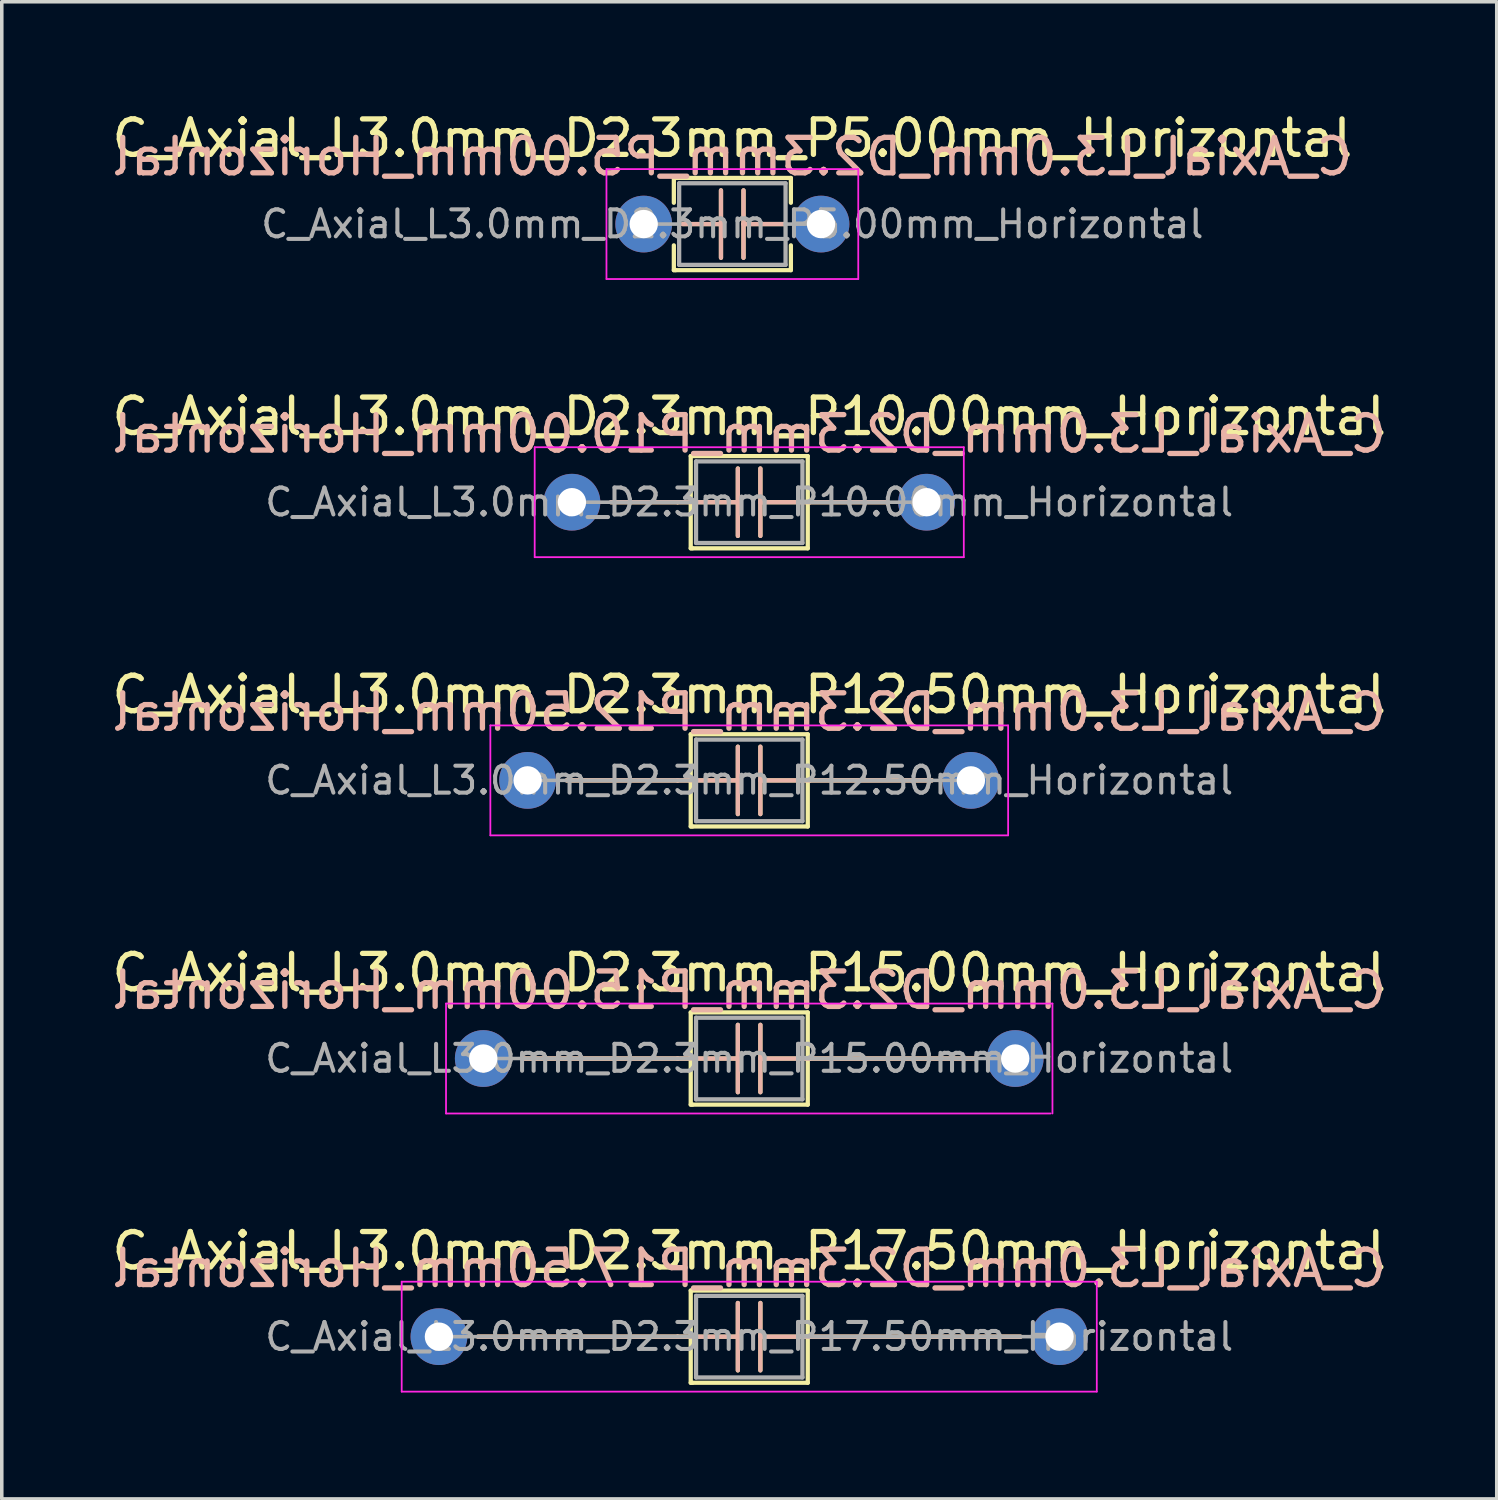
<source format=kicad_pcb>
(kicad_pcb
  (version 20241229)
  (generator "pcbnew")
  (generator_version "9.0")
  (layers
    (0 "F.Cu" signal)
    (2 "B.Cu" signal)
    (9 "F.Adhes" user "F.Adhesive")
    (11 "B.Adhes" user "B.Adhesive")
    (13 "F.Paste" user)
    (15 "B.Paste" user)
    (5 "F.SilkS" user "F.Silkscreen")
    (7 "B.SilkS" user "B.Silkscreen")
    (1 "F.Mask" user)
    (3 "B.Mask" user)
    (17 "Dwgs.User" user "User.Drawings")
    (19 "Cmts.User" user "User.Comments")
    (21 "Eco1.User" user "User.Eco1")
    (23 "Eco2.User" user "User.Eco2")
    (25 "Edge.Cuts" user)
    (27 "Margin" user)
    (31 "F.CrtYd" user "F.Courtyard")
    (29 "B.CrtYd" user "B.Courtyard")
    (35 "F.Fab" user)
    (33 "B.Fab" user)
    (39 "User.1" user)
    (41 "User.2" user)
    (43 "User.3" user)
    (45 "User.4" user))
  (footprint "C_Axial_L3.0mm_D2.3mm_P10.00mm_Horizontal"
    (layer "F.Cu")
    (at 13.077 11.111)
    (property "Reference" "C_Axial_L3.0mm_D2.3mm_P10.00mm_Horizontal" (at 5 -2.42 0) (layer "F.SilkS") (effects (font (size 1 1) (thickness 0.15))))
    (fp_line (start 1.1 0) (end 2.98 0) (stroke (width 0.12) (type solid)) (layer "F.SilkS"))
    (fp_line (start 2.98 0) (end 4.679 0) (stroke (width 0.12) (type solid)) (layer "F.SilkS"))
    (fp_line (start 3.35 -1.3) (end 6.65 -1.3) (stroke (width 0.12) (type solid)) (layer "F.SilkS"))
    (fp_line (start 3.35 1.3) (end 3.35 -1.3) (stroke (width 0.12) (type solid)) (layer "F.SilkS"))
    (fp_line (start 3.4 1.3) (end 3.35 1.3) (stroke (width 0.12) (type solid)) (layer "F.SilkS"))
    (fp_line (start 4.679 0) (end 4.679 -0.95) (stroke (width 0.12) (type solid)) (layer "F.SilkS"))
    (fp_line (start 4.679 0) (end 4.679 0.95) (stroke (width 0.12) (type solid)) (layer "F.SilkS"))
    (fp_line (start 5.314 0) (end 5.314 -0.95) (stroke (width 0.12) (type solid)) (layer "F.SilkS"))
    (fp_line (start 5.314 0) (end 5.314 0.95) (stroke (width 0.12) (type solid)) (layer "F.SilkS"))
    (fp_line (start 6.65 -1.3) (end 6.65 0) (stroke (width 0.12) (type solid)) (layer "F.SilkS"))
    (fp_line (start 6.65 0) (end 6.65 1.3) (stroke (width 0.12) (type solid)) (layer "F.SilkS"))
    (fp_line (start 6.65 1.3) (end 3.4 1.3) (stroke (width 0.12) (type solid)) (layer "F.SilkS"))
    (fp_line (start 6.711 0) (end 5.314 0) (stroke (width 0.12) (type solid)) (layer "F.SilkS"))
    (fp_line (start 8.9 0) (end 6.711 0) (stroke (width 0.12) (type solid)) (layer "F.SilkS"))
    (fp_line (start 1.1 0) (end 2.98 0) (stroke (width 0.12) (type solid)) (layer "B.SilkS"))
    (fp_line (start 2.98 0) (end 4.679 0) (stroke (width 0.12) (type solid)) (layer "B.SilkS"))
    (fp_line (start 4.679 0) (end 4.679 -0.95) (stroke (width 0.12) (type solid)) (layer "B.SilkS"))
    (fp_line (start 4.679 0) (end 4.679 0.95) (stroke (width 0.12) (type solid)) (layer "B.SilkS"))
    (fp_line (start 5.314 0) (end 5.314 -0.95) (stroke (width 0.12) (type solid)) (layer "B.SilkS"))
    (fp_line (start 5.314 0) (end 5.314 0.95) (stroke (width 0.12) (type solid)) (layer "B.SilkS"))
    (fp_line (start 6.711 0) (end 5.314 0) (stroke (width 0.12) (type solid)) (layer "B.SilkS"))
    (fp_line (start 8.9 0) (end 6.711 0) (stroke (width 0.12) (type solid)) (layer "B.SilkS"))
    (fp_line (start -1.05 -1.55) (end -1.05 1.55) (stroke (width 0.05) (type solid)) (layer "F.CrtYd"))
    (fp_line (start -1.05 1.55) (end 11.05 1.55) (stroke (width 0.05) (type solid)) (layer "F.CrtYd"))
    (fp_line (start 11.05 -1.55) (end -1.05 -1.55) (stroke (width 0.05) (type solid)) (layer "F.CrtYd"))
    (fp_line (start 11.05 1.55) (end 11.05 -1.55) (stroke (width 0.05) (type solid)) (layer "F.CrtYd"))
    (fp_line (start 0 0) (end 3.5 0) (stroke (width 0.1) (type solid)) (layer "F.Fab"))
    (fp_line (start 3.5 -1.15) (end 6.5 -1.15) (stroke (width 0.12) (type solid)) (layer "F.Fab"))
    (fp_line (start 3.5 0) (end 3.5 -1.15) (stroke (width 0.12) (type solid)) (layer "F.Fab"))
    (fp_line (start 3.5 1.15) (end 3.5 0) (stroke (width 0.12) (type solid)) (layer "F.Fab"))
    (fp_line (start 6.5 -1.15) (end 6.5 0) (stroke (width 0.12) (type solid)) (layer "F.Fab"))
    (fp_line (start 6.5 0) (end 6.5 1.15) (stroke (width 0.12) (type solid)) (layer "F.Fab"))
    (fp_line (start 6.5 1.15) (end 3.5 1.15) (stroke (width 0.12) (type solid)) (layer "F.Fab"))
    (fp_line (start 10 0) (end 6.5 0) (stroke (width 0.1) (type solid)) (layer "F.Fab"))
    (fp_text user "${REFERENCE}" (at 5 -1.925 0) (layer "B.SilkS") (effects (font (size 1 1) (thickness 0.15)) (justify mirror)))
    (fp_text user "${REFERENCE}" (at 5 0 0) (layer "F.Fab") (effects (font (size 0.76 0.76) (thickness 0.114))))
    (pad "1" thru_hole circle (at 0 0) (size 1.6 1.6) (drill 0.8) (layers "*.Cu" "*.Mask"))
    (pad "2" thru_hole oval (at 10 0) (size 1.6 1.6) (drill 0.8) (layers "*.Cu" "*.Mask")))
  (footprint "C_Axial_L3.0mm_D2.3mm_P12.50mm_Horizontal"
    (layer "F.Cu")
    (at 11.827 18.955)
    (property "Reference" "C_Axial_L3.0mm_D2.3mm_P12.50mm_Horizontal" (at 6.25 -2.42 0) (layer "F.SilkS") (effects (font (size 1 1) (thickness 0.15))))
    (fp_line (start 1.1 0) (end 4.23 0) (stroke (width 0.12) (type solid)) (layer "F.SilkS"))
    (fp_line (start 4.23 0) (end 5.929 0) (stroke (width 0.12) (type solid)) (layer "F.SilkS"))
    (fp_line (start 4.6 -1.3) (end 7.9 -1.3) (stroke (width 0.12) (type solid)) (layer "F.SilkS"))
    (fp_line (start 4.6 1.3) (end 4.6 -1.3) (stroke (width 0.12) (type solid)) (layer "F.SilkS"))
    (fp_line (start 4.65 1.3) (end 4.6 1.3) (stroke (width 0.12) (type solid)) (layer "F.SilkS"))
    (fp_line (start 5.929 0) (end 5.929 -0.95) (stroke (width 0.12) (type solid)) (layer "F.SilkS"))
    (fp_line (start 5.929 0) (end 5.929 0.95) (stroke (width 0.12) (type solid)) (layer "F.SilkS"))
    (fp_line (start 6.564 0) (end 6.564 -0.95) (stroke (width 0.12) (type solid)) (layer "F.SilkS"))
    (fp_line (start 6.564 0) (end 6.564 0.95) (stroke (width 0.12) (type solid)) (layer "F.SilkS"))
    (fp_line (start 7.9 -1.3) (end 7.9 0) (stroke (width 0.12) (type solid)) (layer "F.SilkS"))
    (fp_line (start 7.9 0) (end 7.9 1.3) (stroke (width 0.12) (type solid)) (layer "F.SilkS"))
    (fp_line (start 7.9 1.3) (end 4.65 1.3) (stroke (width 0.12) (type solid)) (layer "F.SilkS"))
    (fp_line (start 7.961 0) (end 6.564 0) (stroke (width 0.12) (type solid)) (layer "F.SilkS"))
    (fp_line (start 11.4 0) (end 7.961 0) (stroke (width 0.12) (type solid)) (layer "F.SilkS"))
    (fp_line (start 1.1 0) (end 4.23 0) (stroke (width 0.12) (type solid)) (layer "B.SilkS"))
    (fp_line (start 4.23 0) (end 5.929 0) (stroke (width 0.12) (type solid)) (layer "B.SilkS"))
    (fp_line (start 5.929 0) (end 5.929 -0.95) (stroke (width 0.12) (type solid)) (layer "B.SilkS"))
    (fp_line (start 5.929 0) (end 5.929 0.95) (stroke (width 0.12) (type solid)) (layer "B.SilkS"))
    (fp_line (start 6.564 0) (end 6.564 -0.95) (stroke (width 0.12) (type solid)) (layer "B.SilkS"))
    (fp_line (start 6.564 0) (end 6.564 0.95) (stroke (width 0.12) (type solid)) (layer "B.SilkS"))
    (fp_line (start 7.961 0) (end 6.564 0) (stroke (width 0.12) (type solid)) (layer "B.SilkS"))
    (fp_line (start 11.4 0) (end 7.961 0) (stroke (width 0.12) (type solid)) (layer "B.SilkS"))
    (fp_line (start -1.05 -1.55) (end -1.05 1.55) (stroke (width 0.05) (type solid)) (layer "F.CrtYd"))
    (fp_line (start -1.05 1.55) (end 13.55 1.55) (stroke (width 0.05) (type solid)) (layer "F.CrtYd"))
    (fp_line (start 13.55 -1.55) (end -1.05 -1.55) (stroke (width 0.05) (type solid)) (layer "F.CrtYd"))
    (fp_line (start 13.55 1.55) (end 13.55 -1.55) (stroke (width 0.05) (type solid)) (layer "F.CrtYd"))
    (fp_line (start 0 0) (end 4.75 0) (stroke (width 0.1) (type solid)) (layer "F.Fab"))
    (fp_line (start 4.75 -1.15) (end 7.75 -1.15) (stroke (width 0.12) (type solid)) (layer "F.Fab"))
    (fp_line (start 4.75 0) (end 4.75 -1.15) (stroke (width 0.12) (type solid)) (layer "F.Fab"))
    (fp_line (start 4.75 1.15) (end 4.75 0) (stroke (width 0.12) (type solid)) (layer "F.Fab"))
    (fp_line (start 7.75 -1.15) (end 7.75 0) (stroke (width 0.12) (type solid)) (layer "F.Fab"))
    (fp_line (start 7.75 0) (end 7.75 1.15) (stroke (width 0.12) (type solid)) (layer "F.Fab"))
    (fp_line (start 7.75 1.15) (end 4.75 1.15) (stroke (width 0.12) (type solid)) (layer "F.Fab"))
    (fp_line (start 12.5 0) (end 7.75 0) (stroke (width 0.1) (type solid)) (layer "F.Fab"))
    (fp_text user "${REFERENCE}" (at 6.25 -1.925 0) (layer "B.SilkS") (effects (font (size 1 1) (thickness 0.15)) (justify mirror)))
    (fp_text user "${REFERENCE}" (at 6.25 0 0) (layer "F.Fab") (effects (font (size 0.76 0.76) (thickness 0.114))))
    (pad "1" thru_hole circle (at 0 0) (size 1.6 1.6) (drill 0.8) (layers "*.Cu" "*.Mask"))
    (pad "2" thru_hole oval (at 12.5 0) (size 1.6 1.6) (drill 0.8) (layers "*.Cu" "*.Mask")))
  (footprint "C_Axial_L3.0mm_D2.3mm_P15.00mm_Horizontal"
    (layer "F.Cu")
    (at 10.577 26.798)
    (property "Reference" "C_Axial_L3.0mm_D2.3mm_P15.00mm_Horizontal" (at 7.5 -2.42 0) (layer "F.SilkS") (effects (font (size 1 1) (thickness 0.15))))
    (fp_line (start 1.1 0) (end 5.48 0) (stroke (width 0.12) (type solid)) (layer "F.SilkS"))
    (fp_line (start 5.48 0) (end 7.179 0) (stroke (width 0.12) (type solid)) (layer "F.SilkS"))
    (fp_line (start 5.85 -1.3) (end 9.15 -1.3) (stroke (width 0.12) (type solid)) (layer "F.SilkS"))
    (fp_line (start 5.85 1.3) (end 5.85 -1.3) (stroke (width 0.12) (type solid)) (layer "F.SilkS"))
    (fp_line (start 5.9 1.3) (end 5.85 1.3) (stroke (width 0.12) (type solid)) (layer "F.SilkS"))
    (fp_line (start 7.179 0) (end 7.179 -0.95) (stroke (width 0.12) (type solid)) (layer "F.SilkS"))
    (fp_line (start 7.179 0) (end 7.179 0.95) (stroke (width 0.12) (type solid)) (layer "F.SilkS"))
    (fp_line (start 7.814 0) (end 7.814 -0.95) (stroke (width 0.12) (type solid)) (layer "F.SilkS"))
    (fp_line (start 7.814 0) (end 7.814 0.95) (stroke (width 0.12) (type solid)) (layer "F.SilkS"))
    (fp_line (start 9.15 -1.3) (end 9.15 0) (stroke (width 0.12) (type solid)) (layer "F.SilkS"))
    (fp_line (start 9.15 0) (end 9.15 1.3) (stroke (width 0.12) (type solid)) (layer "F.SilkS"))
    (fp_line (start 9.15 1.3) (end 5.9 1.3) (stroke (width 0.12) (type solid)) (layer "F.SilkS"))
    (fp_line (start 9.211 0) (end 7.814 0) (stroke (width 0.12) (type solid)) (layer "F.SilkS"))
    (fp_line (start 13.9 0) (end 9.211 0) (stroke (width 0.12) (type solid)) (layer "F.SilkS"))
    (fp_line (start 1.1 0) (end 5.48 0) (stroke (width 0.12) (type solid)) (layer "B.SilkS"))
    (fp_line (start 5.48 0) (end 7.179 0) (stroke (width 0.12) (type solid)) (layer "B.SilkS"))
    (fp_line (start 7.179 0) (end 7.179 -0.95) (stroke (width 0.12) (type solid)) (layer "B.SilkS"))
    (fp_line (start 7.179 0) (end 7.179 0.95) (stroke (width 0.12) (type solid)) (layer "B.SilkS"))
    (fp_line (start 7.814 0) (end 7.814 -0.95) (stroke (width 0.12) (type solid)) (layer "B.SilkS"))
    (fp_line (start 7.814 0) (end 7.814 0.95) (stroke (width 0.12) (type solid)) (layer "B.SilkS"))
    (fp_line (start 9.211 0) (end 7.814 0) (stroke (width 0.12) (type solid)) (layer "B.SilkS"))
    (fp_line (start 13.9 0) (end 9.211 0) (stroke (width 0.12) (type solid)) (layer "B.SilkS"))
    (fp_line (start -1.05 -1.55) (end -1.05 1.55) (stroke (width 0.05) (type solid)) (layer "F.CrtYd"))
    (fp_line (start -1.05 1.55) (end 16 1.55) (stroke (width 0.05) (type solid)) (layer "F.CrtYd"))
    (fp_line (start 16.05 -1.55) (end -1.05 -1.55) (stroke (width 0.05) (type solid)) (layer "F.CrtYd"))
    (fp_line (start 16.05 1.55) (end 16.05 -1.55) (stroke (width 0.05) (type solid)) (layer "F.CrtYd"))
    (fp_line (start 0 0) (end 6 0) (stroke (width 0.1) (type solid)) (layer "F.Fab"))
    (fp_line (start 6 -1.15) (end 9 -1.15) (stroke (width 0.12) (type solid)) (layer "F.Fab"))
    (fp_line (start 6 0) (end 6 -1.15) (stroke (width 0.12) (type solid)) (layer "F.Fab"))
    (fp_line (start 6 1.15) (end 6 0) (stroke (width 0.12) (type solid)) (layer "F.Fab"))
    (fp_line (start 9 -1.15) (end 9 0) (stroke (width 0.12) (type solid)) (layer "F.Fab"))
    (fp_line (start 9 0) (end 9 1.15) (stroke (width 0.12) (type solid)) (layer "F.Fab"))
    (fp_line (start 9 1.15) (end 6 1.15) (stroke (width 0.12) (type solid)) (layer "F.Fab"))
    (fp_line (start 15 0) (end 9 0) (stroke (width 0.1) (type solid)) (layer "F.Fab"))
    (fp_text user "${REFERENCE}" (at 7.5 -1.925 0) (layer "B.SilkS") (effects (font (size 1 1) (thickness 0.15)) (justify mirror)))
    (fp_text user "${REFERENCE}" (at 7.5 0 0) (layer "F.Fab") (effects (font (size 0.76 0.76) (thickness 0.114))))
    (pad "1" thru_hole circle (at 0 0) (size 1.6 1.6) (drill 0.8) (layers "*.Cu" "*.Mask"))
    (pad "2" thru_hole oval (at 15 0) (size 1.6 1.6) (drill 0.8) (layers "*.Cu" "*.Mask")))
  (footprint "C_Axial_L3.0mm_D2.3mm_P5.00mm_Horizontal"
    (layer "F.Cu")
    (at 15.101 3.268)
    (property "Reference" "C_Axial_L3.0mm_D2.3mm_P5.00mm_Horizontal" (at 2.5 -2.42 0) (layer "F.SilkS") (effects (font (size 1 1) (thickness 0.15))))
    (fp_line (start 0.85 -1.3) (end 4.15 -1.3) (stroke (width 0.12) (type solid)) (layer "F.SilkS"))
    (fp_line (start 0.85 -0.6) (end 0.85 -1.3) (stroke (width 0.12) (type solid)) (layer "F.SilkS"))
    (fp_line (start 0.85 1.3) (end 0.85 0.6) (stroke (width 0.12) (type solid)) (layer "F.SilkS"))
    (fp_line (start 0.9 1.3) (end 0.85 1.3) (stroke (width 0.12) (type solid)) (layer "F.SilkS"))
    (fp_line (start 1.1 0) (end 2.179 0) (stroke (width 0.12) (type solid)) (layer "F.SilkS"))
    (fp_line (start 2.179 0) (end 2.179 -0.95) (stroke (width 0.12) (type solid)) (layer "F.SilkS"))
    (fp_line (start 2.179 0) (end 2.179 0.95) (stroke (width 0.12) (type solid)) (layer "F.SilkS"))
    (fp_line (start 2.814 0) (end 2.814 -0.95) (stroke (width 0.12) (type solid)) (layer "F.SilkS"))
    (fp_line (start 2.814 0) (end 2.814 0.95) (stroke (width 0.12) (type solid)) (layer "F.SilkS"))
    (fp_line (start 3.95 0) (end 2.814 0) (stroke (width 0.12) (type solid)) (layer "F.SilkS"))
    (fp_line (start 4.15 -1.3) (end 4.15 -0.6) (stroke (width 0.12) (type solid)) (layer "F.SilkS"))
    (fp_line (start 4.15 0.6) (end 4.15 1.3) (stroke (width 0.12) (type solid)) (layer "F.SilkS"))
    (fp_line (start 4.15 1.3) (end 0.9 1.3) (stroke (width 0.12) (type solid)) (layer "F.SilkS"))
    (fp_line (start 1.1 0) (end 2.179 0) (stroke (width 0.12) (type solid)) (layer "B.SilkS"))
    (fp_line (start 2.179 0) (end 2.179 -0.95) (stroke (width 0.12) (type solid)) (layer "B.SilkS"))
    (fp_line (start 2.179 0) (end 2.179 0.95) (stroke (width 0.12) (type solid)) (layer "B.SilkS"))
    (fp_line (start 2.814 0) (end 2.814 -0.95) (stroke (width 0.12) (type solid)) (layer "B.SilkS"))
    (fp_line (start 2.814 0) (end 2.814 0.95) (stroke (width 0.12) (type solid)) (layer "B.SilkS"))
    (fp_line (start 3.95 0) (end 2.814 0) (stroke (width 0.12) (type solid)) (layer "B.SilkS"))
    (fp_line (start -1.05 -1.55) (end -1.05 1.55) (stroke (width 0.05) (type solid)) (layer "F.CrtYd"))
    (fp_line (start -1.05 1.55) (end 6.05 1.55) (stroke (width 0.05) (type solid)) (layer "F.CrtYd"))
    (fp_line (start 6.05 -1.55) (end -1.05 -1.55) (stroke (width 0.05) (type solid)) (layer "F.CrtYd"))
    (fp_line (start 6.05 1.55) (end 6.05 -1.55) (stroke (width 0.05) (type solid)) (layer "F.CrtYd"))
    (fp_line (start 0.05 0) (end 1 0) (stroke (width 0.1) (type solid)) (layer "F.Fab"))
    (fp_line (start 1 -1.15) (end 4 -1.15) (stroke (width 0.12) (type solid)) (layer "F.Fab"))
    (fp_line (start 1 0) (end 1 -1.15) (stroke (width 0.12) (type solid)) (layer "F.Fab"))
    (fp_line (start 1 1.15) (end 1 0) (stroke (width 0.12) (type solid)) (layer "F.Fab"))
    (fp_line (start 4 -1.15) (end 4 0) (stroke (width 0.12) (type solid)) (layer "F.Fab"))
    (fp_line (start 4 0) (end 4 1.15) (stroke (width 0.12) (type solid)) (layer "F.Fab"))
    (fp_line (start 4 1.15) (end 1 1.15) (stroke (width 0.12) (type solid)) (layer "F.Fab"))
    (fp_line (start 5 0) (end 4 0) (stroke (width 0.1) (type solid)) (layer "F.Fab"))
    (fp_text user "${REFERENCE}" (at 2.5 -1.9 0) (layer "B.SilkS") (effects (font (size 1 1) (thickness 0.15)) (justify mirror)))
    (fp_text user "${REFERENCE}" (at 2.5 0 0) (layer "F.Fab") (effects (font (size 0.76 0.76) (thickness 0.114))))
    (pad "1" thru_hole circle (at 0 0) (size 1.6 1.6) (drill 0.8) (layers "*.Cu" "*.Mask"))
    (pad "2" thru_hole oval (at 5 0) (size 1.6 1.6) (drill 0.8) (layers "*.Cu" "*.Mask")))
  (footprint "C_Axial_L3.0mm_D2.3mm_P17.50mm_Horizontal"
    (layer "F.Cu")
    (at 9.327 34.641)
    (property "Reference" "C_Axial_L3.0mm_D2.3mm_P17.50mm_Horizontal" (at 8.75 -2.42 0) (layer "F.SilkS") (effects (font (size 1 1) (thickness 0.15))))
    (fp_line (start 1.1 0) (end 6.73 0) (stroke (width 0.12) (type solid)) (layer "F.SilkS"))
    (fp_line (start 6.73 0) (end 8.429 0) (stroke (width 0.12) (type solid)) (layer "F.SilkS"))
    (fp_line (start 7.1 -1.3) (end 10.4 -1.3) (stroke (width 0.12) (type solid)) (layer "F.SilkS"))
    (fp_line (start 7.1 1.3) (end 7.1 -1.3) (stroke (width 0.12) (type solid)) (layer "F.SilkS"))
    (fp_line (start 7.15 1.3) (end 7.1 1.3) (stroke (width 0.12) (type solid)) (layer "F.SilkS"))
    (fp_line (start 8.429 0) (end 8.429 -0.95) (stroke (width 0.12) (type solid)) (layer "F.SilkS"))
    (fp_line (start 8.429 0) (end 8.429 0.95) (stroke (width 0.12) (type solid)) (layer "F.SilkS"))
    (fp_line (start 9.064 0) (end 9.064 -0.95) (stroke (width 0.12) (type solid)) (layer "F.SilkS"))
    (fp_line (start 9.064 0) (end 9.064 0.95) (stroke (width 0.12) (type solid)) (layer "F.SilkS"))
    (fp_line (start 10.4 -1.3) (end 10.4 0) (stroke (width 0.12) (type solid)) (layer "F.SilkS"))
    (fp_line (start 10.4 0) (end 10.4 1.3) (stroke (width 0.12) (type solid)) (layer "F.SilkS"))
    (fp_line (start 10.4 1.3) (end 7.15 1.3) (stroke (width 0.12) (type solid)) (layer "F.SilkS"))
    (fp_line (start 10.461 0) (end 9.064 0) (stroke (width 0.12) (type solid)) (layer "F.SilkS"))
    (fp_line (start 16.4 0) (end 10.461 0) (stroke (width 0.12) (type solid)) (layer "F.SilkS"))
    (fp_line (start 1.1 0) (end 6.73 0) (stroke (width 0.12) (type solid)) (layer "B.SilkS"))
    (fp_line (start 6.73 0) (end 8.429 0) (stroke (width 0.12) (type solid)) (layer "B.SilkS"))
    (fp_line (start 8.429 0) (end 8.429 -0.95) (stroke (width 0.12) (type solid)) (layer "B.SilkS"))
    (fp_line (start 8.429 0) (end 8.429 0.95) (stroke (width 0.12) (type solid)) (layer "B.SilkS"))
    (fp_line (start 9.064 0) (end 9.064 -0.95) (stroke (width 0.12) (type solid)) (layer "B.SilkS"))
    (fp_line (start 9.064 0) (end 9.064 0.95) (stroke (width 0.12) (type solid)) (layer "B.SilkS"))
    (fp_line (start 10.461 0) (end 9.064 0) (stroke (width 0.12) (type solid)) (layer "B.SilkS"))
    (fp_line (start 16.4 0) (end 10.461 0) (stroke (width 0.12) (type solid)) (layer "B.SilkS"))
    (fp_line (start -1.05 -1.55) (end -1.05 1.55) (stroke (width 0.05) (type solid)) (layer "F.CrtYd"))
    (fp_line (start -1.05 1.55) (end 18.55 1.55) (stroke (width 0.05) (type solid)) (layer "F.CrtYd"))
    (fp_line (start 18.55 -1.55) (end -1.05 -1.55) (stroke (width 0.05) (type solid)) (layer "F.CrtYd"))
    (fp_line (start 18.55 1.55) (end 18.55 -1.55) (stroke (width 0.05) (type solid)) (layer "F.CrtYd"))
    (fp_line (start 0 0) (end 7.25 0) (stroke (width 0.1) (type solid)) (layer "F.Fab"))
    (fp_line (start 7.25 -1.15) (end 10.25 -1.15) (stroke (width 0.12) (type solid)) (layer "F.Fab"))
    (fp_line (start 7.25 0) (end 7.25 -1.15) (stroke (width 0.12) (type solid)) (layer "F.Fab"))
    (fp_line (start 7.25 1.15) (end 7.25 0) (stroke (width 0.12) (type solid)) (layer "F.Fab"))
    (fp_line (start 10.25 -1.15) (end 10.25 0) (stroke (width 0.12) (type solid)) (layer "F.Fab"))
    (fp_line (start 10.25 0) (end 10.25 1.15) (stroke (width 0.12) (type solid)) (layer "F.Fab"))
    (fp_line (start 10.25 1.15) (end 7.25 1.15) (stroke (width 0.12) (type solid)) (layer "F.Fab"))
    (fp_line (start 17.5 0) (end 10.25 0) (stroke (width 0.1) (type solid)) (layer "F.Fab"))
    (fp_text user "${REFERENCE}" (at 8.75 -1.925 0) (layer "B.SilkS") (effects (font (size 1 1) (thickness 0.15)) (justify mirror)))
    (fp_text user "${REFERENCE}" (at 8.75 0 0) (layer "F.Fab") (effects (font (size 0.76 0.76) (thickness 0.114))))
    (pad "1" thru_hole circle (at 0 0) (size 1.6 1.6) (drill 0.8) (layers "*.Cu" "*.Mask"))
    (pad "2" thru_hole oval (at 17.5 0) (size 1.6 1.6) (drill 0.8) (layers "*.Cu" "*.Mask")))
  (gr_rect
    (start -3 -3)
    (end 39.155 39.216)
    (stroke (width 0.1) (type default))
    (fill no)
    (layer "Edge.Cuts")))
</source>
